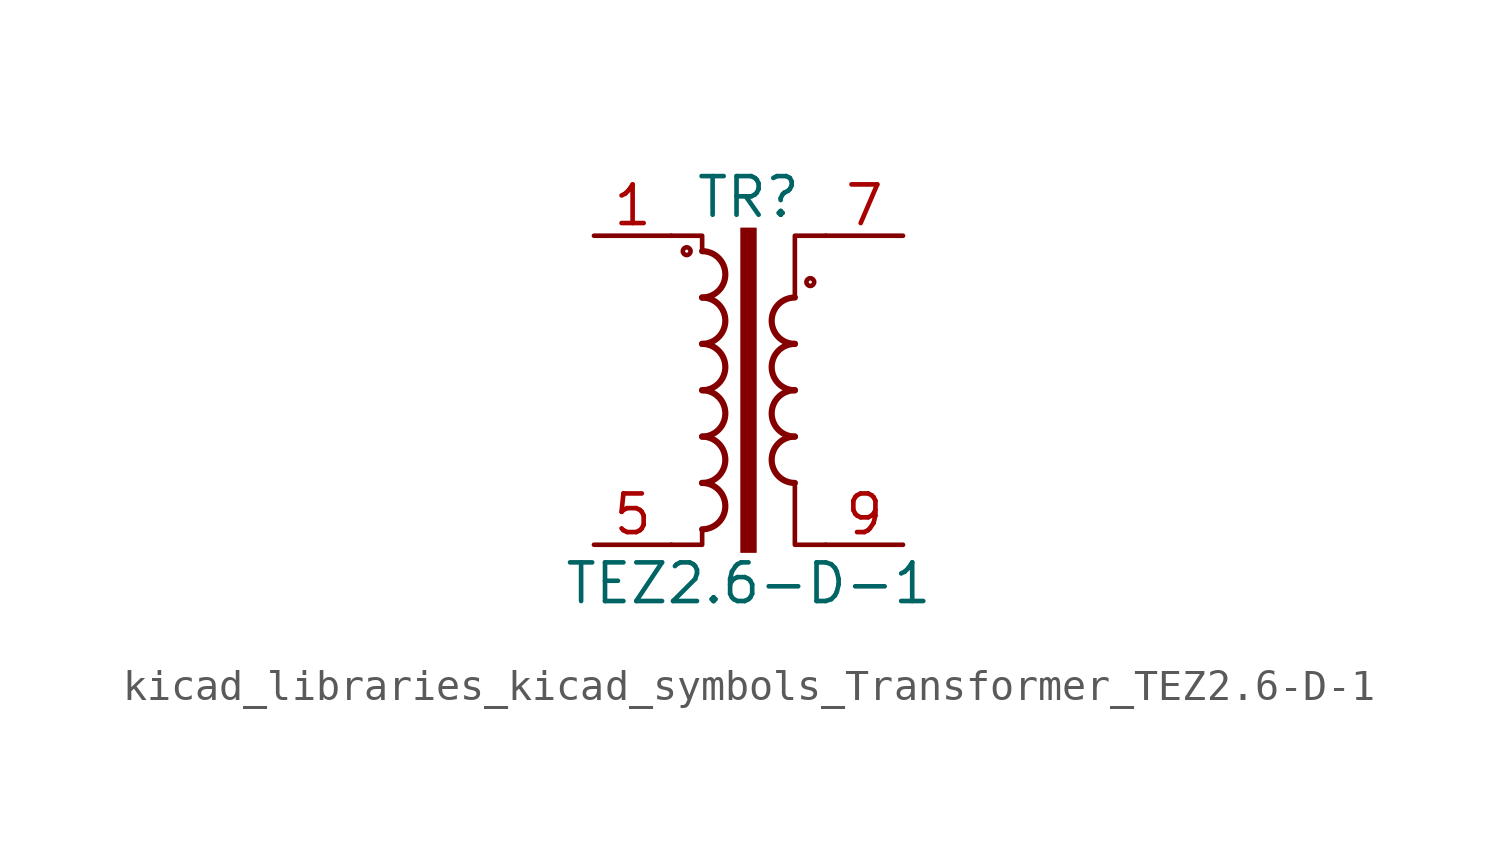
<source format=kicad_sym>
(kicad_symbol_lib
  (version 20220914)
  (generator kicad_symbol_editor)
  (symbol "kicad_libraries_kicad_symbols_Transformer_TEZ2.6-D-1"
    (pin_names
      (offset 0.025))
    (property "Reference" "TR"
      (at 0 6.35 0)
      (effects (font (size 1.27 1.27))))
    (property "Value" "TEZ2.6-D-1"
      (at 0 -6.35 0)
      (effects (font (size 1.27 1.27))))
    (symbol "kicad_libraries_kicad_symbols_Transformer_TEZ2.6-D-1_0_1"
      (circle (center -2.032 4.572) (radius 0.127) (stroke (width 0) (type default)) (fill (type none)))
      (arc (start -1.524 -4.572) (mid -0.7653 -3.81) (end -1.524 -3.048) (stroke (width 0.2032) (type default)) (fill (type none)))
      (arc (start -1.524 -3.048) (mid -0.7653 -2.286) (end -1.524 -1.524) (stroke (width 0.2032) (type default)) (fill (type none)))
      (arc (start -1.524 -1.524) (mid -0.7653 -0.762) (end -1.524 0) (stroke (width 0.2032) (type default)) (fill (type none)))
      (arc (start -1.524 0) (mid -0.7653 0.762) (end -1.524 1.524) (stroke (width 0.2032) (type default)) (fill (type none)))
      (arc (start -1.524 1.524) (mid -0.7653 2.286) (end -1.524 3.048) (stroke (width 0.2032) (type default)) (fill (type none)))
      (arc (start -1.524 3.048) (mid -0.7653 3.81) (end -1.524 4.572) (stroke (width 0.2032) (type default)) (fill (type none)))
      (rectangle (start -0.254 5.334) (end 0.254 -5.334) (stroke (width 0.025) (type default)) (fill (type outline)))
      (polyline (pts (xy -1.524 -4.572) (xy -1.524 -5.08) (xy -2.54 -5.08)) (stroke (width 0) (type default)) (fill (type none)))
      (polyline (pts (xy -1.524 4.572) (xy -1.524 5.08) (xy -2.54 5.08)) (stroke (width 0) (type default)) (fill (type none)))
      (polyline (pts (xy 1.524 3.048) (xy 1.524 5.08) (xy 2.54 5.08) (xy 2.54 5.08)) (stroke (width 0.152) (type default)) (fill (type none)))
      (polyline (pts (xy 2.54 -5.08) (xy 1.524 -5.08) (xy 1.524 -3.048) (xy 1.524 -3.048)) (stroke (width 0.152) (type default)) (fill (type none)))
      (arc (start 1.524 -1.524) (mid 0.7653 -2.286) (end 1.524 -3.048) (stroke (width 0.2032) (type default)) (fill (type none)))
      (arc (start 1.524 0) (mid 0.7653 -0.762) (end 1.524 -1.524) (stroke (width 0.2032) (type default)) (fill (type none)))
      (arc (start 1.524 1.524) (mid 0.7653 0.762) (end 1.524 0) (stroke (width 0.2032) (type default)) (fill (type none)))
      (arc (start 1.524 3.048) (mid 0.7653 2.286) (end 1.524 1.524) (stroke (width 0.2032) (type default)) (fill (type none)))
      (circle (center 2.032 3.556) (radius 0.127) (stroke (width 0) (type default)) (fill (type none))))
    (symbol "kicad_libraries_kicad_symbols_Transformer_TEZ2.6-D-1_1_1"
      (pin passive line (at -5.08 5.08 0) (length 2.54) (name "~" (effects (font (size 1.27 1.27)))) (number "1" (effects (font (size 1.27 1.27)))))
      (pin passive line (at -5.08 -5.08 0) (length 2.54) (name "~" (effects (font (size 1.27 1.27)))) (number "5" (effects (font (size 1.27 1.27)))))
      (pin passive line (at 5.08 5.08 180) (length 2.54) (name "~" (effects (font (size 1.27 1.27)))) (number "7" (effects (font (size 1.27 1.27)))))
      (pin passive line (at 5.08 -5.08 180) (length 2.54) (name "~" (effects (font (size 1.27 1.27)))) (number "9" (effects (font (size 1.27 1.27))))))))
</source>
